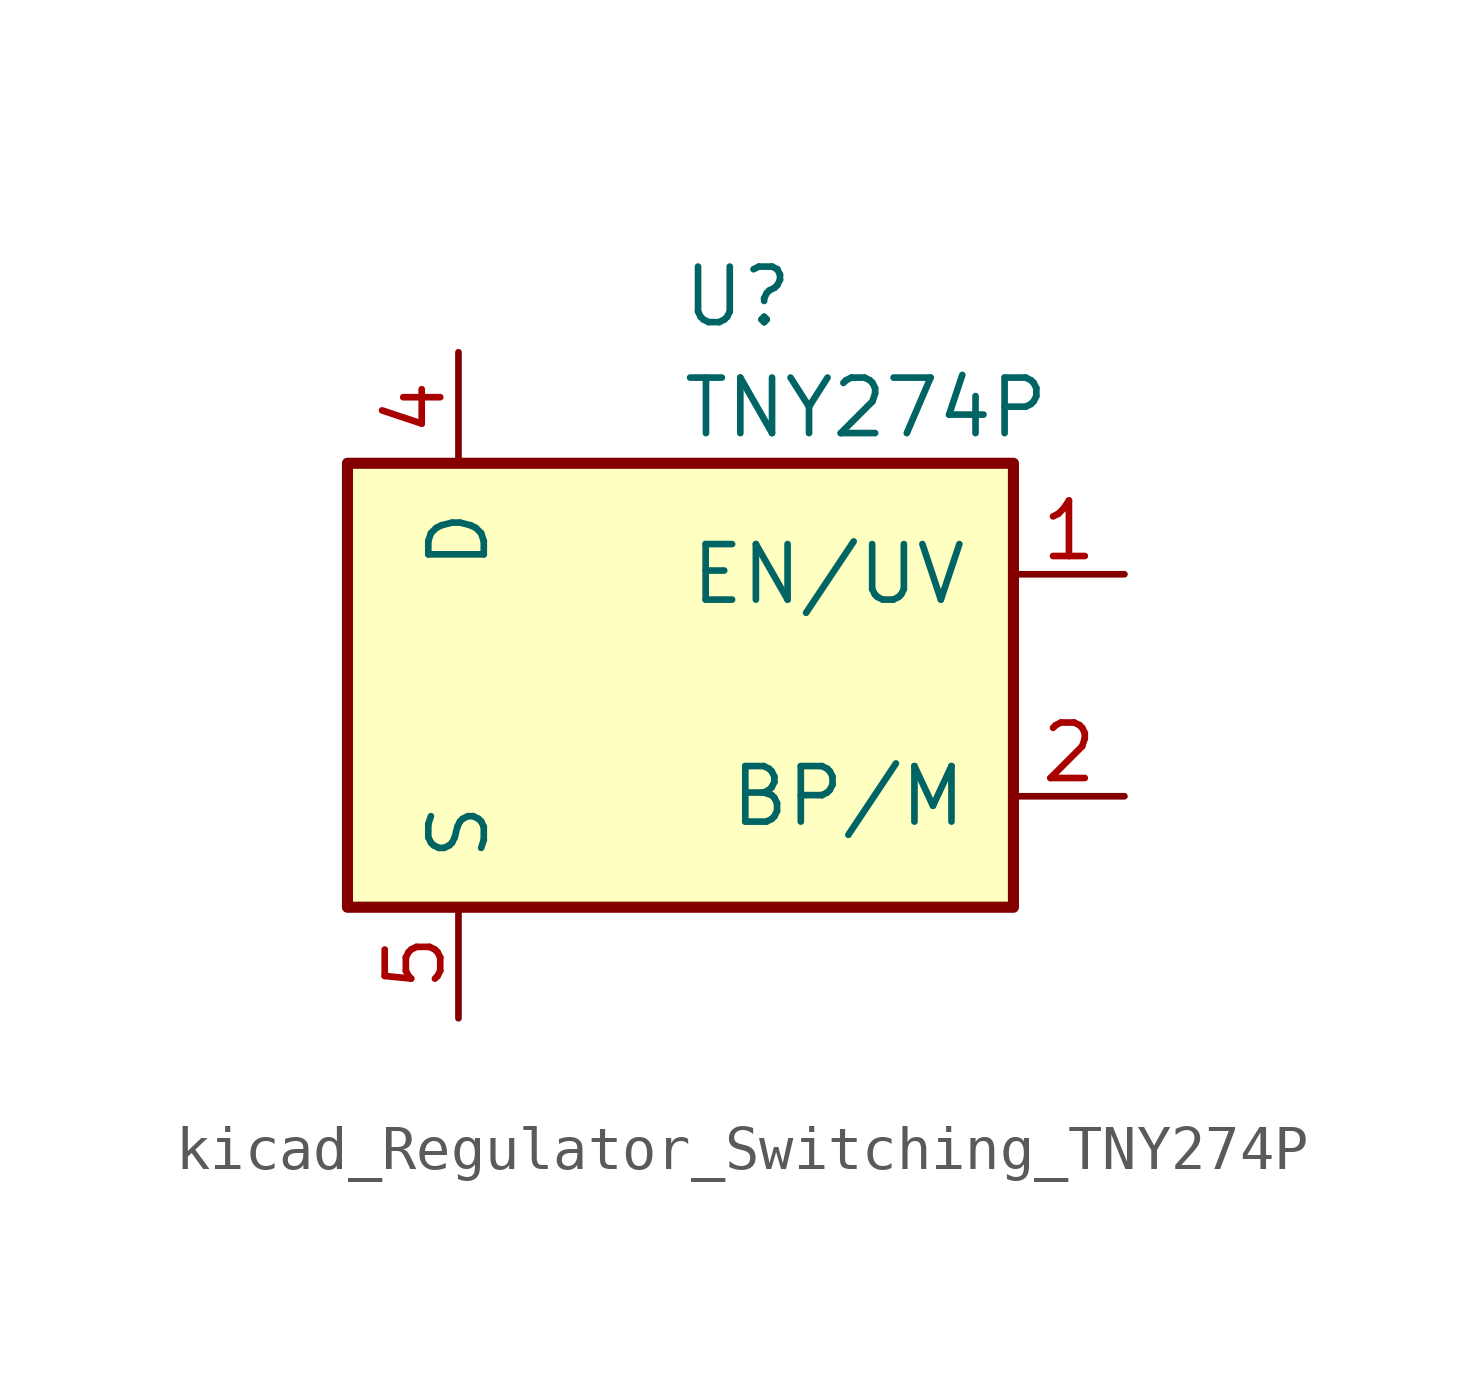
<source format=kicad_sym>
(kicad_symbol_lib
  (version 20220914)
  (generator kicad_symbol_editor)
  (symbol "kicad_Regulator_Switching_TNY274P"
    (pin_names
      (offset 1.016))
    (property "Reference" "U"
      (at 0 8.89 0)
      (effects (font (size 1.27 1.27)) (justify left)))
    (property "Value" "TNY274P"
      (at 0 6.35 0)
      (effects (font (size 1.27 1.27)) (justify left)))
    (symbol "kicad_Regulator_Switching_TNY274P_0_1"
      (rectangle (start -7.62 5.08) (end 7.62 -5.08) (stroke (width 0.254) (type default)) (fill (type background))))
    (symbol "kicad_Regulator_Switching_TNY274P_1_1"
      (pin input line (at 10.16 2.54 180) (length 2.54) (name "EN/UV" (effects (font (size 1.27 1.27)))) (number "1" (effects (font (size 1.27 1.27)))))
      (pin input line (at 10.16 -2.54 180) (length 2.54) (name "BP/M" (effects (font (size 1.27 1.27)))) (number "2" (effects (font (size 1.27 1.27)))))
      (pin open_collector line (at -5.08 7.62 270) (length 2.54) (name "D" (effects (font (size 1.27 1.27)))) (number "4" (effects (font (size 1.27 1.27)))))
      (pin power_in line (at -5.08 -7.62 90) (length 2.54) (name "S" (effects (font (size 1.27 1.27)))) (number "5" (effects (font (size 1.27 1.27)))))
      (pin passive line (at -5.08 -7.62 90) (length 2.54) hide (name "S" (effects (font (size 1.27 1.27)))) (number "6" (effects (font (size 1.27 1.27)))))
      (pin passive line (at -5.08 -7.62 90) (length 2.54) hide (name "S" (effects (font (size 1.27 1.27)))) (number "7" (effects (font (size 1.27 1.27)))))
      (pin passive line (at -5.08 -7.62 90) (length 2.54) hide (name "S" (effects (font (size 1.27 1.27)))) (number "8" (effects (font (size 1.27 1.27))))))))
</source>
